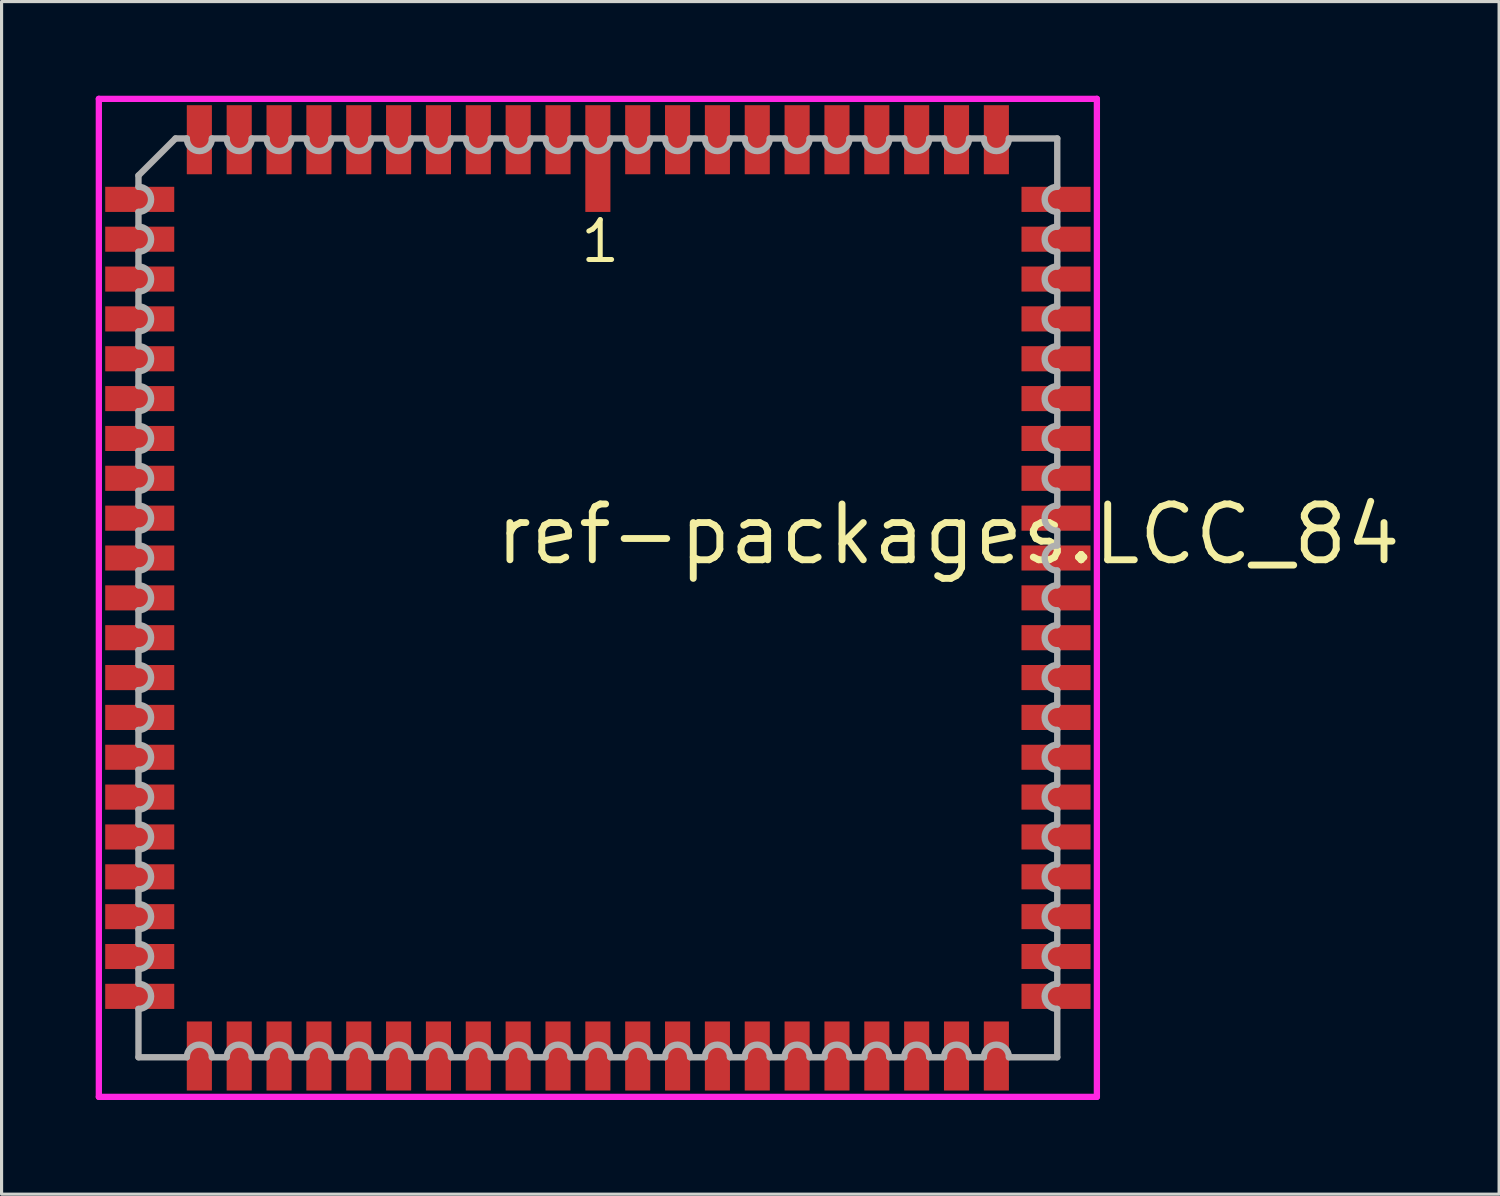
<source format=kicad_pcb>
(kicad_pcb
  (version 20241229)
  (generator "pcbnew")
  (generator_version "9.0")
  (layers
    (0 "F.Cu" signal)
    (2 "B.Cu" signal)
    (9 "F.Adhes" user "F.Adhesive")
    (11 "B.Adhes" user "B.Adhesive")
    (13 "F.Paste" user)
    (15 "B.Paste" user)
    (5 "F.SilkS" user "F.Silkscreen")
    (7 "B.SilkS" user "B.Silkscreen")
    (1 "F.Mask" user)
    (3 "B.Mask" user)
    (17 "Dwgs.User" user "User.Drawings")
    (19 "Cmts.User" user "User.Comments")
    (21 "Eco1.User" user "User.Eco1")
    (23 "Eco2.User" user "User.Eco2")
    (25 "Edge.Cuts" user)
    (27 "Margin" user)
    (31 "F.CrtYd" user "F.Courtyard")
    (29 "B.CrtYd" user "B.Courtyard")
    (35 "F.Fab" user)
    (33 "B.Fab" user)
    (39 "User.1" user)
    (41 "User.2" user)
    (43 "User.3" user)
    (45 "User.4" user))
  (footprint "ref-packages.LCC_84"
    (layer "F.Cu")
    (at 16.003 16.003)
    (property "Reference" "ref-packages.LCC_84" (at -3.37 -0.985 0) (layer "F.SilkS") (effects (font (size 1.778 1.778) (thickness 0.22)) (justify left bottom)))
    (attr smd)
    (fp_line (start -15.903 -15.903) (end 15.903 -15.903) (stroke (width 0.2) (type default)) (layer "F.CrtYd"))
    (fp_line (start -15.903 15.903) (end -15.903 -15.903) (stroke (width 0.2) (type default)) (layer "F.CrtYd"))
    (fp_line (start 15.903 -15.903) (end 15.903 15.903) (stroke (width 0.2) (type default)) (layer "F.CrtYd"))
    (fp_line (start 15.903 15.903) (end -15.903 15.903) (stroke (width 0.2) (type default)) (layer "F.CrtYd"))
    (fp_line (start -14.64 -13.46) (end -14.64 -13.1) (stroke (width 0.203) (type default)) (layer "F.Fab"))
    (fp_line (start -14.64 -12.3) (end -14.64 -11.83) (stroke (width 0.203) (type default)) (layer "F.Fab"))
    (fp_line (start -14.64 -11.03) (end -14.64 -10.56) (stroke (width 0.203) (type default)) (layer "F.Fab"))
    (fp_line (start -14.64 -9.76) (end -14.64 -9.29) (stroke (width 0.203) (type default)) (layer "F.Fab"))
    (fp_line (start -14.64 -8.49) (end -14.64 -8.02) (stroke (width 0.203) (type default)) (layer "F.Fab"))
    (fp_line (start -14.64 -7.22) (end -14.64 -6.75) (stroke (width 0.203) (type default)) (layer "F.Fab"))
    (fp_line (start -14.64 -5.95) (end -14.64 -5.48) (stroke (width 0.203) (type default)) (layer "F.Fab"))
    (fp_line (start -14.64 -4.68) (end -14.64 -4.21) (stroke (width 0.203) (type default)) (layer "F.Fab"))
    (fp_line (start -14.64 -3.41) (end -14.64 -2.94) (stroke (width 0.203) (type default)) (layer "F.Fab"))
    (fp_line (start -14.64 -2.14) (end -14.64 -1.67) (stroke (width 0.203) (type default)) (layer "F.Fab"))
    (fp_line (start -14.64 -0.87) (end -14.64 -0.4) (stroke (width 0.203) (type default)) (layer "F.Fab"))
    (fp_line (start -14.64 0.4) (end -14.64 0.87) (stroke (width 0.203) (type default)) (layer "F.Fab"))
    (fp_line (start -14.64 1.67) (end -14.64 2.14) (stroke (width 0.203) (type default)) (layer "F.Fab"))
    (fp_line (start -14.64 2.94) (end -14.64 3.41) (stroke (width 0.203) (type default)) (layer "F.Fab"))
    (fp_line (start -14.64 4.21) (end -14.64 4.68) (stroke (width 0.203) (type default)) (layer "F.Fab"))
    (fp_line (start -14.64 5.48) (end -14.64 5.95) (stroke (width 0.203) (type default)) (layer "F.Fab"))
    (fp_line (start -14.64 6.75) (end -14.64 7.22) (stroke (width 0.203) (type default)) (layer "F.Fab"))
    (fp_line (start -14.64 8.02) (end -14.64 8.49) (stroke (width 0.203) (type default)) (layer "F.Fab"))
    (fp_line (start -14.64 9.29) (end -14.64 9.76) (stroke (width 0.203) (type default)) (layer "F.Fab"))
    (fp_line (start -14.64 10.56) (end -14.64 11.03) (stroke (width 0.203) (type default)) (layer "F.Fab"))
    (fp_line (start -14.64 11.83) (end -14.64 12.3) (stroke (width 0.203) (type default)) (layer "F.Fab"))
    (fp_line (start -14.64 13.1) (end -14.64 14.64) (stroke (width 0.203) (type default)) (layer "F.Fab"))
    (fp_line (start -14.64 14.64) (end -13.1 14.64) (stroke (width 0.203) (type default)) (layer "F.Fab"))
    (fp_line (start -13.46 -14.64) (end -14.64 -13.46) (stroke (width 0.203) (type default)) (layer "F.Fab"))
    (fp_line (start -13.1 -14.64) (end -13.46 -14.64) (stroke (width 0.203) (type default)) (layer "F.Fab"))
    (fp_line (start -12.3 14.64) (end -11.83 14.64) (stroke (width 0.203) (type default)) (layer "F.Fab"))
    (fp_line (start -11.83 -14.64) (end -12.3 -14.64) (stroke (width 0.203) (type default)) (layer "F.Fab"))
    (fp_line (start -11.03 14.64) (end -10.56 14.64) (stroke (width 0.203) (type default)) (layer "F.Fab"))
    (fp_line (start -10.56 -14.64) (end -11.03 -14.64) (stroke (width 0.203) (type default)) (layer "F.Fab"))
    (fp_line (start -9.76 14.64) (end -9.29 14.64) (stroke (width 0.203) (type default)) (layer "F.Fab"))
    (fp_line (start -9.29 -14.64) (end -9.76 -14.64) (stroke (width 0.203) (type default)) (layer "F.Fab"))
    (fp_line (start -8.49 14.64) (end -8.02 14.64) (stroke (width 0.203) (type default)) (layer "F.Fab"))
    (fp_line (start -8.02 -14.64) (end -8.49 -14.64) (stroke (width 0.203) (type default)) (layer "F.Fab"))
    (fp_line (start -7.22 14.64) (end -6.75 14.64) (stroke (width 0.203) (type default)) (layer "F.Fab"))
    (fp_line (start -6.75 -14.64) (end -7.22 -14.64) (stroke (width 0.203) (type default)) (layer "F.Fab"))
    (fp_line (start -5.95 14.64) (end -5.48 14.64) (stroke (width 0.203) (type default)) (layer "F.Fab"))
    (fp_line (start -5.48 -14.64) (end -5.95 -14.64) (stroke (width 0.203) (type default)) (layer "F.Fab"))
    (fp_line (start -4.68 14.64) (end -4.21 14.64) (stroke (width 0.203) (type default)) (layer "F.Fab"))
    (fp_line (start -4.21 -14.64) (end -4.68 -14.64) (stroke (width 0.203) (type default)) (layer "F.Fab"))
    (fp_line (start -3.41 14.64) (end -2.94 14.64) (stroke (width 0.203) (type default)) (layer "F.Fab"))
    (fp_line (start -2.94 -14.64) (end -3.41 -14.64) (stroke (width 0.203) (type default)) (layer "F.Fab"))
    (fp_line (start -2.14 14.64) (end -1.67 14.64) (stroke (width 0.203) (type default)) (layer "F.Fab"))
    (fp_line (start -1.67 -14.64) (end -2.14 -14.64) (stroke (width 0.203) (type default)) (layer "F.Fab"))
    (fp_line (start -0.87 14.64) (end -0.4 14.64) (stroke (width 0.203) (type default)) (layer "F.Fab"))
    (fp_line (start -0.4 -14.64) (end -0.87 -14.64) (stroke (width 0.203) (type default)) (layer "F.Fab"))
    (fp_line (start 0.4 14.64) (end 0.87 14.64) (stroke (width 0.203) (type default)) (layer "F.Fab"))
    (fp_line (start 0.87 -14.64) (end 0.4 -14.64) (stroke (width 0.203) (type default)) (layer "F.Fab"))
    (fp_line (start 1.67 14.64) (end 2.14 14.64) (stroke (width 0.203) (type default)) (layer "F.Fab"))
    (fp_line (start 2.14 -14.64) (end 1.67 -14.64) (stroke (width 0.203) (type default)) (layer "F.Fab"))
    (fp_line (start 2.94 14.64) (end 3.41 14.64) (stroke (width 0.203) (type default)) (layer "F.Fab"))
    (fp_line (start 3.41 -14.64) (end 2.94 -14.64) (stroke (width 0.203) (type default)) (layer "F.Fab"))
    (fp_line (start 4.21 14.64) (end 4.68 14.64) (stroke (width 0.203) (type default)) (layer "F.Fab"))
    (fp_line (start 4.68 -14.64) (end 4.21 -14.64) (stroke (width 0.203) (type default)) (layer "F.Fab"))
    (fp_line (start 5.48 14.64) (end 5.95 14.64) (stroke (width 0.203) (type default)) (layer "F.Fab"))
    (fp_line (start 5.95 -14.64) (end 5.48 -14.64) (stroke (width 0.203) (type default)) (layer "F.Fab"))
    (fp_line (start 6.75 14.64) (end 7.22 14.64) (stroke (width 0.203) (type default)) (layer "F.Fab"))
    (fp_line (start 7.22 -14.64) (end 6.75 -14.64) (stroke (width 0.203) (type default)) (layer "F.Fab"))
    (fp_line (start 8.02 14.64) (end 8.49 14.64) (stroke (width 0.203) (type default)) (layer "F.Fab"))
    (fp_line (start 8.49 -14.64) (end 8.02 -14.64) (stroke (width 0.203) (type default)) (layer "F.Fab"))
    (fp_line (start 9.29 14.64) (end 9.76 14.64) (stroke (width 0.203) (type default)) (layer "F.Fab"))
    (fp_line (start 9.76 -14.64) (end 9.29 -14.64) (stroke (width 0.203) (type default)) (layer "F.Fab"))
    (fp_line (start 10.56 14.64) (end 11.03 14.64) (stroke (width 0.203) (type default)) (layer "F.Fab"))
    (fp_line (start 11.03 -14.64) (end 10.56 -14.64) (stroke (width 0.203) (type default)) (layer "F.Fab"))
    (fp_line (start 11.83 14.64) (end 12.3 14.64) (stroke (width 0.203) (type default)) (layer "F.Fab"))
    (fp_line (start 12.3 -14.64) (end 11.83 -14.64) (stroke (width 0.203) (type default)) (layer "F.Fab"))
    (fp_line (start 13.1 14.64) (end 14.64 14.64) (stroke (width 0.203) (type default)) (layer "F.Fab"))
    (fp_line (start 14.64 -14.64) (end 13.1 -14.64) (stroke (width 0.203) (type default)) (layer "F.Fab"))
    (fp_line (start 14.64 -13.1) (end 14.64 -14.64) (stroke (width 0.203) (type default)) (layer "F.Fab"))
    (fp_line (start 14.64 -11.83) (end 14.64 -12.3) (stroke (width 0.203) (type default)) (layer "F.Fab"))
    (fp_line (start 14.64 -10.56) (end 14.64 -11.03) (stroke (width 0.203) (type default)) (layer "F.Fab"))
    (fp_line (start 14.64 -9.29) (end 14.64 -9.76) (stroke (width 0.203) (type default)) (layer "F.Fab"))
    (fp_line (start 14.64 -8.02) (end 14.64 -8.49) (stroke (width 0.203) (type default)) (layer "F.Fab"))
    (fp_line (start 14.64 -6.75) (end 14.64 -7.22) (stroke (width 0.203) (type default)) (layer "F.Fab"))
    (fp_line (start 14.64 -5.48) (end 14.64 -5.95) (stroke (width 0.203) (type default)) (layer "F.Fab"))
    (fp_line (start 14.64 -4.21) (end 14.64 -4.68) (stroke (width 0.203) (type default)) (layer "F.Fab"))
    (fp_line (start 14.64 -2.94) (end 14.64 -3.41) (stroke (width 0.203) (type default)) (layer "F.Fab"))
    (fp_line (start 14.64 -1.67) (end 14.64 -2.14) (stroke (width 0.203) (type default)) (layer "F.Fab"))
    (fp_line (start 14.64 -0.4) (end 14.64 -0.87) (stroke (width 0.203) (type default)) (layer "F.Fab"))
    (fp_line (start 14.64 0.87) (end 14.64 0.4) (stroke (width 0.203) (type default)) (layer "F.Fab"))
    (fp_line (start 14.64 2.14) (end 14.64 1.67) (stroke (width 0.203) (type default)) (layer "F.Fab"))
    (fp_line (start 14.64 3.41) (end 14.64 2.94) (stroke (width 0.203) (type default)) (layer "F.Fab"))
    (fp_line (start 14.64 4.68) (end 14.64 4.21) (stroke (width 0.203) (type default)) (layer "F.Fab"))
    (fp_line (start 14.64 5.95) (end 14.64 5.48) (stroke (width 0.203) (type default)) (layer "F.Fab"))
    (fp_line (start 14.64 7.22) (end 14.64 6.75) (stroke (width 0.203) (type default)) (layer "F.Fab"))
    (fp_line (start 14.64 8.49) (end 14.64 8.02) (stroke (width 0.203) (type default)) (layer "F.Fab"))
    (fp_line (start 14.64 9.76) (end 14.64 9.29) (stroke (width 0.203) (type default)) (layer "F.Fab"))
    (fp_line (start 14.64 11.03) (end 14.64 10.56) (stroke (width 0.203) (type default)) (layer "F.Fab"))
    (fp_line (start 14.64 12.3) (end 14.64 11.83) (stroke (width 0.203) (type default)) (layer "F.Fab"))
    (fp_line (start 14.64 14.64) (end 14.64 13.1) (stroke (width 0.203) (type default)) (layer "F.Fab"))
    (fp_arc (start -14.6383 -13.1) (mid -14.2383 -12.7) (end -14.6383 -12.3) (stroke (width 0.2032) (type default)) (layer "F.Fab"))
    (fp_arc (start -14.6383 -11.83) (mid -14.2383 -11.43) (end -14.6383 -11.03) (stroke (width 0.2032) (type default)) (layer "F.Fab"))
    (fp_arc (start -14.6383 -10.56) (mid -14.2383 -10.16) (end -14.6383 -9.76) (stroke (width 0.2032) (type default)) (layer "F.Fab"))
    (fp_arc (start -14.6383 -9.29) (mid -14.2383 -8.89) (end -14.6383 -8.49) (stroke (width 0.2032) (type default)) (layer "F.Fab"))
    (fp_arc (start -14.6383 -8.02) (mid -14.2383 -7.62) (end -14.6383 -7.22) (stroke (width 0.2032) (type default)) (layer "F.Fab"))
    (fp_arc (start -14.6383 -6.75) (mid -14.2383 -6.35) (end -14.6383 -5.95) (stroke (width 0.2032) (type default)) (layer "F.Fab"))
    (fp_arc (start -14.6383 -5.48) (mid -14.2383 -5.08) (end -14.6383 -4.68) (stroke (width 0.2032) (type default)) (layer "F.Fab"))
    (fp_arc (start -14.6383 -4.21) (mid -14.2383 -3.81) (end -14.6383 -3.41) (stroke (width 0.2032) (type default)) (layer "F.Fab"))
    (fp_arc (start -14.6383 -2.94) (mid -14.2383 -2.54) (end -14.6383 -2.14) (stroke (width 0.2032) (type default)) (layer "F.Fab"))
    (fp_arc (start -14.6383 -1.67) (mid -14.2383 -1.27) (end -14.6383 -0.87) (stroke (width 0.2032) (type default)) (layer "F.Fab"))
    (fp_arc (start -14.6383 -0.4001) (mid -14.2382 0) (end -14.6383 0.4001) (stroke (width 0.2032) (type default)) (layer "F.Fab"))
    (fp_arc (start -14.6383 0.8699) (mid -14.2382 1.27) (end -14.6383 1.6701) (stroke (width 0.2032) (type default)) (layer "F.Fab"))
    (fp_arc (start -14.6383 2.1399) (mid -14.2382 2.54) (end -14.6383 2.9401) (stroke (width 0.2032) (type default)) (layer "F.Fab"))
    (fp_arc (start -14.6383 3.4099) (mid -14.2382 3.81) (end -14.6383 4.2101) (stroke (width 0.2032) (type default)) (layer "F.Fab"))
    (fp_arc (start -14.6383 4.6799) (mid -14.2382 5.08) (end -14.6383 5.4801) (stroke (width 0.2032) (type default)) (layer "F.Fab"))
    (fp_arc (start -14.6383 5.9499) (mid -14.2382 6.35) (end -14.6383 6.7501) (stroke (width 0.2032) (type default)) (layer "F.Fab"))
    (fp_arc (start -14.6383 7.2199) (mid -14.2382 7.62) (end -14.6383 8.0201) (stroke (width 0.2032) (type default)) (layer "F.Fab"))
    (fp_arc (start -14.6383 8.4899) (mid -14.2382 8.89) (end -14.6383 9.2901) (stroke (width 0.2032) (type default)) (layer "F.Fab"))
    (fp_arc (start -14.6383 9.7599) (mid -14.2382 10.16) (end -14.6383 10.5601) (stroke (width 0.2032) (type default)) (layer "F.Fab"))
    (fp_arc (start -14.6383 11.0299) (mid -14.2382 11.43) (end -14.6383 11.8301) (stroke (width 0.2032) (type default)) (layer "F.Fab"))
    (fp_arc (start -14.6383 12.2999) (mid -14.2382 12.7) (end -14.6383 13.1001) (stroke (width 0.2032) (type default)) (layer "F.Fab"))
    (fp_arc (start -13.1001 14.6383) (mid -12.7 14.2382) (end -12.2999 14.6383) (stroke (width 0.2032) (type default)) (layer "F.Fab"))
    (fp_arc (start -12.2999 -14.6383) (mid -12.7 -14.2382) (end -13.1001 -14.6383) (stroke (width 0.2032) (type default)) (layer "F.Fab"))
    (fp_arc (start -11.8301 14.6383) (mid -11.43 14.2382) (end -11.0299 14.6383) (stroke (width 0.2032) (type default)) (layer "F.Fab"))
    (fp_arc (start -11.0299 -14.6383) (mid -11.43 -14.2382) (end -11.8301 -14.6383) (stroke (width 0.2032) (type default)) (layer "F.Fab"))
    (fp_arc (start -10.5601 14.6383) (mid -10.16 14.2382) (end -9.7599 14.6383) (stroke (width 0.2032) (type default)) (layer "F.Fab"))
    (fp_arc (start -9.7599 -14.6383) (mid -10.16 -14.2382) (end -10.5601 -14.6383) (stroke (width 0.2032) (type default)) (layer "F.Fab"))
    (fp_arc (start -9.2901 14.6383) (mid -8.89 14.2382) (end -8.4899 14.6383) (stroke (width 0.2032) (type default)) (layer "F.Fab"))
    (fp_arc (start -8.4899 -14.6383) (mid -8.89 -14.2382) (end -9.2901 -14.6383) (stroke (width 0.2032) (type default)) (layer "F.Fab"))
    (fp_arc (start -8.0201 14.6383) (mid -7.62 14.2382) (end -7.2199 14.6383) (stroke (width 0.2032) (type default)) (layer "F.Fab"))
    (fp_arc (start -7.2199 -14.6383) (mid -7.62 -14.2382) (end -8.0201 -14.6383) (stroke (width 0.2032) (type default)) (layer "F.Fab"))
    (fp_arc (start -6.7501 14.6383) (mid -6.35 14.2382) (end -5.9499 14.6383) (stroke (width 0.2032) (type default)) (layer "F.Fab"))
    (fp_arc (start -5.9499 -14.6383) (mid -6.35 -14.2382) (end -6.7501 -14.6383) (stroke (width 0.2032) (type default)) (layer "F.Fab"))
    (fp_arc (start -5.4801 14.6383) (mid -5.08 14.2382) (end -4.6799 14.6383) (stroke (width 0.2032) (type default)) (layer "F.Fab"))
    (fp_arc (start -4.6799 -14.6383) (mid -5.08 -14.2382) (end -5.4801 -14.6383) (stroke (width 0.2032) (type default)) (layer "F.Fab"))
    (fp_arc (start -4.2101 14.6383) (mid -3.81 14.2382) (end -3.4099 14.6383) (stroke (width 0.2032) (type default)) (layer "F.Fab"))
    (fp_arc (start -3.4099 -14.6383) (mid -3.81 -14.2382) (end -4.2101 -14.6383) (stroke (width 0.2032) (type default)) (layer "F.Fab"))
    (fp_arc (start -2.9401 14.6383) (mid -2.54 14.2382) (end -2.1399 14.6383) (stroke (width 0.2032) (type default)) (layer "F.Fab"))
    (fp_arc (start -2.1399 -14.6383) (mid -2.54 -14.2382) (end -2.9401 -14.6383) (stroke (width 0.2032) (type default)) (layer "F.Fab"))
    (fp_arc (start -1.6701 14.6383) (mid -1.27 14.2382) (end -0.8699 14.6383) (stroke (width 0.2032) (type default)) (layer "F.Fab"))
    (fp_arc (start -0.8699 -14.6383) (mid -1.27 -14.2382) (end -1.6701 -14.6383) (stroke (width 0.2032) (type default)) (layer "F.Fab"))
    (fp_arc (start -0.4001 14.6383) (mid 0 14.2382) (end 0.4001 14.6383) (stroke (width 0.2032) (type default)) (layer "F.Fab"))
    (fp_arc (start 0.4001 -14.6383) (mid 0 -14.2382) (end -0.4001 -14.6383) (stroke (width 0.2032) (type default)) (layer "F.Fab"))
    (fp_arc (start 0.87 14.6383) (mid 1.27 14.2383) (end 1.67 14.6383) (stroke (width 0.2032) (type default)) (layer "F.Fab"))
    (fp_arc (start 1.67 -14.6383) (mid 1.27 -14.2383) (end 0.87 -14.6383) (stroke (width 0.2032) (type default)) (layer "F.Fab"))
    (fp_arc (start 2.14 14.6383) (mid 2.54 14.2383) (end 2.94 14.6383) (stroke (width 0.2032) (type default)) (layer "F.Fab"))
    (fp_arc (start 2.94 -14.6383) (mid 2.54 -14.2383) (end 2.14 -14.6383) (stroke (width 0.2032) (type default)) (layer "F.Fab"))
    (fp_arc (start 3.41 14.6383) (mid 3.81 14.2383) (end 4.21 14.6383) (stroke (width 0.2032) (type default)) (layer "F.Fab"))
    (fp_arc (start 4.21 -14.6383) (mid 3.81 -14.2383) (end 3.41 -14.6383) (stroke (width 0.2032) (type default)) (layer "F.Fab"))
    (fp_arc (start 4.68 14.6383) (mid 5.08 14.2383) (end 5.48 14.6383) (stroke (width 0.2032) (type default)) (layer "F.Fab"))
    (fp_arc (start 5.48 -14.6383) (mid 5.08 -14.2383) (end 4.68 -14.6383) (stroke (width 0.2032) (type default)) (layer "F.Fab"))
    (fp_arc (start 5.95 14.6383) (mid 6.35 14.2383) (end 6.75 14.6383) (stroke (width 0.2032) (type default)) (layer "F.Fab"))
    (fp_arc (start 6.75 -14.6383) (mid 6.35 -14.2383) (end 5.95 -14.6383) (stroke (width 0.2032) (type default)) (layer "F.Fab"))
    (fp_arc (start 7.22 14.6383) (mid 7.62 14.2383) (end 8.02 14.6383) (stroke (width 0.2032) (type default)) (layer "F.Fab"))
    (fp_arc (start 8.02 -14.6383) (mid 7.62 -14.2383) (end 7.22 -14.6383) (stroke (width 0.2032) (type default)) (layer "F.Fab"))
    (fp_arc (start 8.49 14.6383) (mid 8.89 14.2383) (end 9.29 14.6383) (stroke (width 0.2032) (type default)) (layer "F.Fab"))
    (fp_arc (start 9.29 -14.6383) (mid 8.89 -14.2383) (end 8.49 -14.6383) (stroke (width 0.2032) (type default)) (layer "F.Fab"))
    (fp_arc (start 9.76 14.6383) (mid 10.16 14.2383) (end 10.56 14.6383) (stroke (width 0.2032) (type default)) (layer "F.Fab"))
    (fp_arc (start 10.56 -14.6383) (mid 10.16 -14.2383) (end 9.76 -14.6383) (stroke (width 0.2032) (type default)) (layer "F.Fab"))
    (fp_arc (start 11.03 14.6383) (mid 11.43 14.2383) (end 11.83 14.6383) (stroke (width 0.2032) (type default)) (layer "F.Fab"))
    (fp_arc (start 11.83 -14.6383) (mid 11.43 -14.2383) (end 11.03 -14.6383) (stroke (width 0.2032) (type default)) (layer "F.Fab"))
    (fp_arc (start 12.3 14.6383) (mid 12.7 14.2383) (end 13.1 14.6383) (stroke (width 0.2032) (type default)) (layer "F.Fab"))
    (fp_arc (start 13.1 -14.6383) (mid 12.7 -14.2383) (end 12.3 -14.6383) (stroke (width 0.2032) (type default)) (layer "F.Fab"))
    (fp_arc (start 14.6383 -12.2999) (mid 14.2382 -12.7) (end 14.6383 -13.1001) (stroke (width 0.2032) (type default)) (layer "F.Fab"))
    (fp_arc (start 14.6383 -11.0299) (mid 14.2382 -11.43) (end 14.6383 -11.8301) (stroke (width 0.2032) (type default)) (layer "F.Fab"))
    (fp_arc (start 14.6383 -9.7599) (mid 14.2382 -10.16) (end 14.6383 -10.5601) (stroke (width 0.2032) (type default)) (layer "F.Fab"))
    (fp_arc (start 14.6383 -8.4899) (mid 14.2382 -8.89) (end 14.6383 -9.2901) (stroke (width 0.2032) (type default)) (layer "F.Fab"))
    (fp_arc (start 14.6383 -7.2199) (mid 14.2382 -7.62) (end 14.6383 -8.0201) (stroke (width 0.2032) (type default)) (layer "F.Fab"))
    (fp_arc (start 14.6383 -5.9499) (mid 14.2382 -6.35) (end 14.6383 -6.7501) (stroke (width 0.2032) (type default)) (layer "F.Fab"))
    (fp_arc (start 14.6383 -4.6799) (mid 14.2382 -5.08) (end 14.6383 -5.4801) (stroke (width 0.2032) (type default)) (layer "F.Fab"))
    (fp_arc (start 14.6383 -3.4099) (mid 14.2382 -3.81) (end 14.6383 -4.2101) (stroke (width 0.2032) (type default)) (layer "F.Fab"))
    (fp_arc (start 14.6383 -2.1399) (mid 14.2382 -2.54) (end 14.6383 -2.9401) (stroke (width 0.2032) (type default)) (layer "F.Fab"))
    (fp_arc (start 14.6383 -0.8699) (mid 14.2382 -1.27) (end 14.6383 -1.6701) (stroke (width 0.2032) (type default)) (layer "F.Fab"))
    (fp_arc (start 14.6383 0.4001) (mid 14.2382 0) (end 14.6383 -0.4001) (stroke (width 0.2032) (type default)) (layer "F.Fab"))
    (fp_arc (start 14.6383 1.6701) (mid 14.2382 1.27) (end 14.6383 0.8699) (stroke (width 0.2032) (type default)) (layer "F.Fab"))
    (fp_arc (start 14.6383 2.9401) (mid 14.2382 2.54) (end 14.6383 2.1399) (stroke (width 0.2032) (type default)) (layer "F.Fab"))
    (fp_arc (start 14.6383 4.2101) (mid 14.2382 3.81) (end 14.6383 3.4099) (stroke (width 0.2032) (type default)) (layer "F.Fab"))
    (fp_arc (start 14.6383 5.48) (mid 14.2383 5.08) (end 14.6383 4.68) (stroke (width 0.2032) (type default)) (layer "F.Fab"))
    (fp_arc (start 14.6383 6.75) (mid 14.2383 6.35) (end 14.6383 5.95) (stroke (width 0.2032) (type default)) (layer "F.Fab"))
    (fp_arc (start 14.6383 8.02) (mid 14.2383 7.62) (end 14.6383 7.22) (stroke (width 0.2032) (type default)) (layer "F.Fab"))
    (fp_arc (start 14.6383 9.29) (mid 14.2383 8.89) (end 14.6383 8.49) (stroke (width 0.2032) (type default)) (layer "F.Fab"))
    (fp_arc (start 14.6383 10.56) (mid 14.2383 10.16) (end 14.6383 9.76) (stroke (width 0.2032) (type default)) (layer "F.Fab"))
    (fp_arc (start 14.6383 11.83) (mid 14.2383 11.43) (end 14.6383 11.03) (stroke (width 0.2032) (type default)) (layer "F.Fab"))
    (fp_arc (start 14.6383 13.1) (mid 14.2383 12.7) (end 14.6383 12.3) (stroke (width 0.2032) (type default)) (layer "F.Fab"))
    (fp_text user "1" (at -0.635 -10.62 0) (layer "F.SilkS") (effects (font (size 1.27 1.27) (thickness 0.16)) (justify left bottom)))
    (pad "1" smd roundrect (at 0 -14) (size 0.8 3.4) (layers "F.Cu" "F.Mask" "F.Paste") (roundrect_rratio 0.01))
    (pad "2" smd roundrect (at -1.27 -14.6) (size 0.8 2.2) (layers "F.Cu" "F.Mask" "F.Paste") (roundrect_rratio 0.01))
    (pad "3" smd roundrect (at -2.54 -14.6) (size 0.8 2.2) (layers "F.Cu" "F.Mask" "F.Paste") (roundrect_rratio 0.01))
    (pad "4" smd roundrect (at -3.81 -14.6) (size 0.8 2.2) (layers "F.Cu" "F.Mask" "F.Paste") (roundrect_rratio 0.01))
    (pad "5" smd roundrect (at -5.08 -14.6) (size 0.8 2.2) (layers "F.Cu" "F.Mask" "F.Paste") (roundrect_rratio 0.01))
    (pad "6" smd roundrect (at -6.35 -14.6) (size 0.8 2.2) (layers "F.Cu" "F.Mask" "F.Paste") (roundrect_rratio 0.01))
    (pad "7" smd roundrect (at -7.62 -14.6) (size 0.8 2.2) (layers "F.Cu" "F.Mask" "F.Paste") (roundrect_rratio 0.01))
    (pad "8" smd roundrect (at -8.89 -14.6) (size 0.8 2.2) (layers "F.Cu" "F.Mask" "F.Paste") (roundrect_rratio 0.01))
    (pad "9" smd roundrect (at -10.16 -14.6) (size 0.8 2.2) (layers "F.Cu" "F.Mask" "F.Paste") (roundrect_rratio 0.01))
    (pad "10" smd roundrect (at -11.43 -14.6) (size 0.8 2.2) (layers "F.Cu" "F.Mask" "F.Paste") (roundrect_rratio 0.01))
    (pad "11" smd roundrect (at -12.7 -14.6) (size 0.8 2.2) (layers "F.Cu" "F.Mask" "F.Paste") (roundrect_rratio 0.01))
    (pad "12" smd roundrect (at -14.6 -12.7) (size 2.2 0.8) (layers "F.Cu" "F.Mask" "F.Paste") (roundrect_rratio 0.01))
    (pad "13" smd roundrect (at -14.6 -11.43) (size 2.2 0.8) (layers "F.Cu" "F.Mask" "F.Paste") (roundrect_rratio 0.01))
    (pad "14" smd roundrect (at -14.6 -10.16) (size 2.2 0.8) (layers "F.Cu" "F.Mask" "F.Paste") (roundrect_rratio 0.01))
    (pad "15" smd roundrect (at -14.6 -8.89) (size 2.2 0.8) (layers "F.Cu" "F.Mask" "F.Paste") (roundrect_rratio 0.01))
    (pad "16" smd roundrect (at -14.6 -7.62) (size 2.2 0.8) (layers "F.Cu" "F.Mask" "F.Paste") (roundrect_rratio 0.01))
    (pad "17" smd roundrect (at -14.6 -6.35) (size 2.2 0.8) (layers "F.Cu" "F.Mask" "F.Paste") (roundrect_rratio 0.01))
    (pad "18" smd roundrect (at -14.6 -5.08) (size 2.2 0.8) (layers "F.Cu" "F.Mask" "F.Paste") (roundrect_rratio 0.01))
    (pad "19" smd roundrect (at -14.6 -3.81) (size 2.2 0.8) (layers "F.Cu" "F.Mask" "F.Paste") (roundrect_rratio 0.01))
    (pad "20" smd roundrect (at -14.6 -2.54) (size 2.2 0.8) (layers "F.Cu" "F.Mask" "F.Paste") (roundrect_rratio 0.01))
    (pad "21" smd roundrect (at -14.6 -1.27) (size 2.2 0.8) (layers "F.Cu" "F.Mask" "F.Paste") (roundrect_rratio 0.01))
    (pad "22" smd roundrect (at -14.6 0) (size 2.2 0.8) (layers "F.Cu" "F.Mask" "F.Paste") (roundrect_rratio 0.01))
    (pad "23" smd roundrect (at -14.6 1.27) (size 2.2 0.8) (layers "F.Cu" "F.Mask" "F.Paste") (roundrect_rratio 0.01))
    (pad "24" smd roundrect (at -14.6 2.54) (size 2.2 0.8) (layers "F.Cu" "F.Mask" "F.Paste") (roundrect_rratio 0.01))
    (pad "25" smd roundrect (at -14.6 3.81) (size 2.2 0.8) (layers "F.Cu" "F.Mask" "F.Paste") (roundrect_rratio 0.01))
    (pad "26" smd roundrect (at -14.6 5.08) (size 2.2 0.8) (layers "F.Cu" "F.Mask" "F.Paste") (roundrect_rratio 0.01))
    (pad "27" smd roundrect (at -14.6 6.35) (size 2.2 0.8) (layers "F.Cu" "F.Mask" "F.Paste") (roundrect_rratio 0.01))
    (pad "28" smd roundrect (at -14.6 7.62) (size 2.2 0.8) (layers "F.Cu" "F.Mask" "F.Paste") (roundrect_rratio 0.01))
    (pad "29" smd roundrect (at -14.6 8.89) (size 2.2 0.8) (layers "F.Cu" "F.Mask" "F.Paste") (roundrect_rratio 0.01))
    (pad "30" smd roundrect (at -14.6 10.16) (size 2.2 0.8) (layers "F.Cu" "F.Mask" "F.Paste") (roundrect_rratio 0.01))
    (pad "31" smd roundrect (at -14.6 11.43) (size 2.2 0.8) (layers "F.Cu" "F.Mask" "F.Paste") (roundrect_rratio 0.01))
    (pad "32" smd roundrect (at -14.6 12.7) (size 2.2 0.8) (layers "F.Cu" "F.Mask" "F.Paste") (roundrect_rratio 0.01))
    (pad "33" smd roundrect (at -12.7 14.6) (size 0.8 2.2) (layers "F.Cu" "F.Mask" "F.Paste") (roundrect_rratio 0.01))
    (pad "34" smd roundrect (at -11.43 14.6) (size 0.8 2.2) (layers "F.Cu" "F.Mask" "F.Paste") (roundrect_rratio 0.01))
    (pad "35" smd roundrect (at -10.16 14.6) (size 0.8 2.2) (layers "F.Cu" "F.Mask" "F.Paste") (roundrect_rratio 0.01))
    (pad "36" smd roundrect (at -8.89 14.6) (size 0.8 2.2) (layers "F.Cu" "F.Mask" "F.Paste") (roundrect_rratio 0.01))
    (pad "37" smd roundrect (at -7.62 14.6) (size 0.8 2.2) (layers "F.Cu" "F.Mask" "F.Paste") (roundrect_rratio 0.01))
    (pad "38" smd roundrect (at -6.35 14.6) (size 0.8 2.2) (layers "F.Cu" "F.Mask" "F.Paste") (roundrect_rratio 0.01))
    (pad "39" smd roundrect (at -5.08 14.6) (size 0.8 2.2) (layers "F.Cu" "F.Mask" "F.Paste") (roundrect_rratio 0.01))
    (pad "40" smd roundrect (at -3.81 14.6) (size 0.8 2.2) (layers "F.Cu" "F.Mask" "F.Paste") (roundrect_rratio 0.01))
    (pad "41" smd roundrect (at -2.54 14.6) (size 0.8 2.2) (layers "F.Cu" "F.Mask" "F.Paste") (roundrect_rratio 0.01))
    (pad "42" smd roundrect (at -1.27 14.6) (size 0.8 2.2) (layers "F.Cu" "F.Mask" "F.Paste") (roundrect_rratio 0.01))
    (pad "43" smd roundrect (at 0 14.6) (size 0.8 2.2) (layers "F.Cu" "F.Mask" "F.Paste") (roundrect_rratio 0.01))
    (pad "44" smd roundrect (at 1.27 14.6) (size 0.8 2.2) (layers "F.Cu" "F.Mask" "F.Paste") (roundrect_rratio 0.01))
    (pad "45" smd roundrect (at 2.54 14.6) (size 0.8 2.2) (layers "F.Cu" "F.Mask" "F.Paste") (roundrect_rratio 0.01))
    (pad "46" smd roundrect (at 3.81 14.6) (size 0.8 2.2) (layers "F.Cu" "F.Mask" "F.Paste") (roundrect_rratio 0.01))
    (pad "47" smd roundrect (at 5.08 14.6) (size 0.8 2.2) (layers "F.Cu" "F.Mask" "F.Paste") (roundrect_rratio 0.01))
    (pad "48" smd roundrect (at 6.35 14.6) (size 0.8 2.2) (layers "F.Cu" "F.Mask" "F.Paste") (roundrect_rratio 0.01))
    (pad "49" smd roundrect (at 7.62 14.6) (size 0.8 2.2) (layers "F.Cu" "F.Mask" "F.Paste") (roundrect_rratio 0.01))
    (pad "50" smd roundrect (at 8.89 14.6) (size 0.8 2.2) (layers "F.Cu" "F.Mask" "F.Paste") (roundrect_rratio 0.01))
    (pad "51" smd roundrect (at 10.16 14.6) (size 0.8 2.2) (layers "F.Cu" "F.Mask" "F.Paste") (roundrect_rratio 0.01))
    (pad "52" smd roundrect (at 11.43 14.6) (size 0.8 2.2) (layers "F.Cu" "F.Mask" "F.Paste") (roundrect_rratio 0.01))
    (pad "53" smd roundrect (at 12.7 14.6) (size 0.8 2.2) (layers "F.Cu" "F.Mask" "F.Paste") (roundrect_rratio 0.01))
    (pad "54" smd roundrect (at 14.6 12.7) (size 2.2 0.8) (layers "F.Cu" "F.Mask" "F.Paste") (roundrect_rratio 0.01))
    (pad "55" smd roundrect (at 14.6 11.43) (size 2.2 0.8) (layers "F.Cu" "F.Mask" "F.Paste") (roundrect_rratio 0.01))
    (pad "56" smd roundrect (at 14.6 10.16) (size 2.2 0.8) (layers "F.Cu" "F.Mask" "F.Paste") (roundrect_rratio 0.01))
    (pad "57" smd roundrect (at 14.6 8.89) (size 2.2 0.8) (layers "F.Cu" "F.Mask" "F.Paste") (roundrect_rratio 0.01))
    (pad "58" smd roundrect (at 14.6 7.62) (size 2.2 0.8) (layers "F.Cu" "F.Mask" "F.Paste") (roundrect_rratio 0.01))
    (pad "59" smd roundrect (at 14.6 6.35) (size 2.2 0.8) (layers "F.Cu" "F.Mask" "F.Paste") (roundrect_rratio 0.01))
    (pad "60" smd roundrect (at 14.6 5.08) (size 2.2 0.8) (layers "F.Cu" "F.Mask" "F.Paste") (roundrect_rratio 0.01))
    (pad "61" smd roundrect (at 14.6 3.81) (size 2.2 0.8) (layers "F.Cu" "F.Mask" "F.Paste") (roundrect_rratio 0.01))
    (pad "62" smd roundrect (at 14.6 2.54) (size 2.2 0.8) (layers "F.Cu" "F.Mask" "F.Paste") (roundrect_rratio 0.01))
    (pad "63" smd roundrect (at 14.6 1.27) (size 2.2 0.8) (layers "F.Cu" "F.Mask" "F.Paste") (roundrect_rratio 0.01))
    (pad "64" smd roundrect (at 14.6 0) (size 2.2 0.8) (layers "F.Cu" "F.Mask" "F.Paste") (roundrect_rratio 0.01))
    (pad "65" smd roundrect (at 14.6 -1.27) (size 2.2 0.8) (layers "F.Cu" "F.Mask" "F.Paste") (roundrect_rratio 0.01))
    (pad "66" smd roundrect (at 14.6 -2.54) (size 2.2 0.8) (layers "F.Cu" "F.Mask" "F.Paste") (roundrect_rratio 0.01))
    (pad "67" smd roundrect (at 14.6 -3.81) (size 2.2 0.8) (layers "F.Cu" "F.Mask" "F.Paste") (roundrect_rratio 0.01))
    (pad "68" smd roundrect (at 14.6 -5.08) (size 2.2 0.8) (layers "F.Cu" "F.Mask" "F.Paste") (roundrect_rratio 0.01))
    (pad "69" smd roundrect (at 14.6 -6.35) (size 2.2 0.8) (layers "F.Cu" "F.Mask" "F.Paste") (roundrect_rratio 0.01))
    (pad "70" smd roundrect (at 14.6 -7.62) (size 2.2 0.8) (layers "F.Cu" "F.Mask" "F.Paste") (roundrect_rratio 0.01))
    (pad "71" smd roundrect (at 14.6 -8.89) (size 2.2 0.8) (layers "F.Cu" "F.Mask" "F.Paste") (roundrect_rratio 0.01))
    (pad "72" smd roundrect (at 14.6 -10.16) (size 2.2 0.8) (layers "F.Cu" "F.Mask" "F.Paste") (roundrect_rratio 0.01))
    (pad "73" smd roundrect (at 14.6 -11.43) (size 2.2 0.8) (layers "F.Cu" "F.Mask" "F.Paste") (roundrect_rratio 0.01))
    (pad "74" smd roundrect (at 14.6 -12.7) (size 2.2 0.8) (layers "F.Cu" "F.Mask" "F.Paste") (roundrect_rratio 0.01))
    (pad "75" smd roundrect (at 12.7 -14.6) (size 0.8 2.2) (layers "F.Cu" "F.Mask" "F.Paste") (roundrect_rratio 0.01))
    (pad "76" smd roundrect (at 11.43 -14.6) (size 0.8 2.2) (layers "F.Cu" "F.Mask" "F.Paste") (roundrect_rratio 0.01))
    (pad "77" smd roundrect (at 10.16 -14.6) (size 0.8 2.2) (layers "F.Cu" "F.Mask" "F.Paste") (roundrect_rratio 0.01))
    (pad "78" smd roundrect (at 8.89 -14.6) (size 0.8 2.2) (layers "F.Cu" "F.Mask" "F.Paste") (roundrect_rratio 0.01))
    (pad "79" smd roundrect (at 7.62 -14.6) (size 0.8 2.2) (layers "F.Cu" "F.Mask" "F.Paste") (roundrect_rratio 0.01))
    (pad "80" smd roundrect (at 6.35 -14.6) (size 0.8 2.2) (layers "F.Cu" "F.Mask" "F.Paste") (roundrect_rratio 0.01))
    (pad "81" smd roundrect (at 5.08 -14.6) (size 0.8 2.2) (layers "F.Cu" "F.Mask" "F.Paste") (roundrect_rratio 0.01))
    (pad "82" smd roundrect (at 3.81 -14.6) (size 0.8 2.2) (layers "F.Cu" "F.Mask" "F.Paste") (roundrect_rratio 0.01))
    (pad "83" smd roundrect (at 2.54 -14.6) (size 0.8 2.2) (layers "F.Cu" "F.Mask" "F.Paste") (roundrect_rratio 0.01))
    (pad "84" smd roundrect (at 1.27 -14.6) (size 0.8 2.2) (layers "F.Cu" "F.Mask" "F.Paste") (roundrect_rratio 0.01)))
  (gr_rect
    (start -3 -3)
    (end 44.724 35.006)
    (stroke (width 0.1) (type default))
    (fill no)
    (layer "Edge.Cuts")))
</source>
